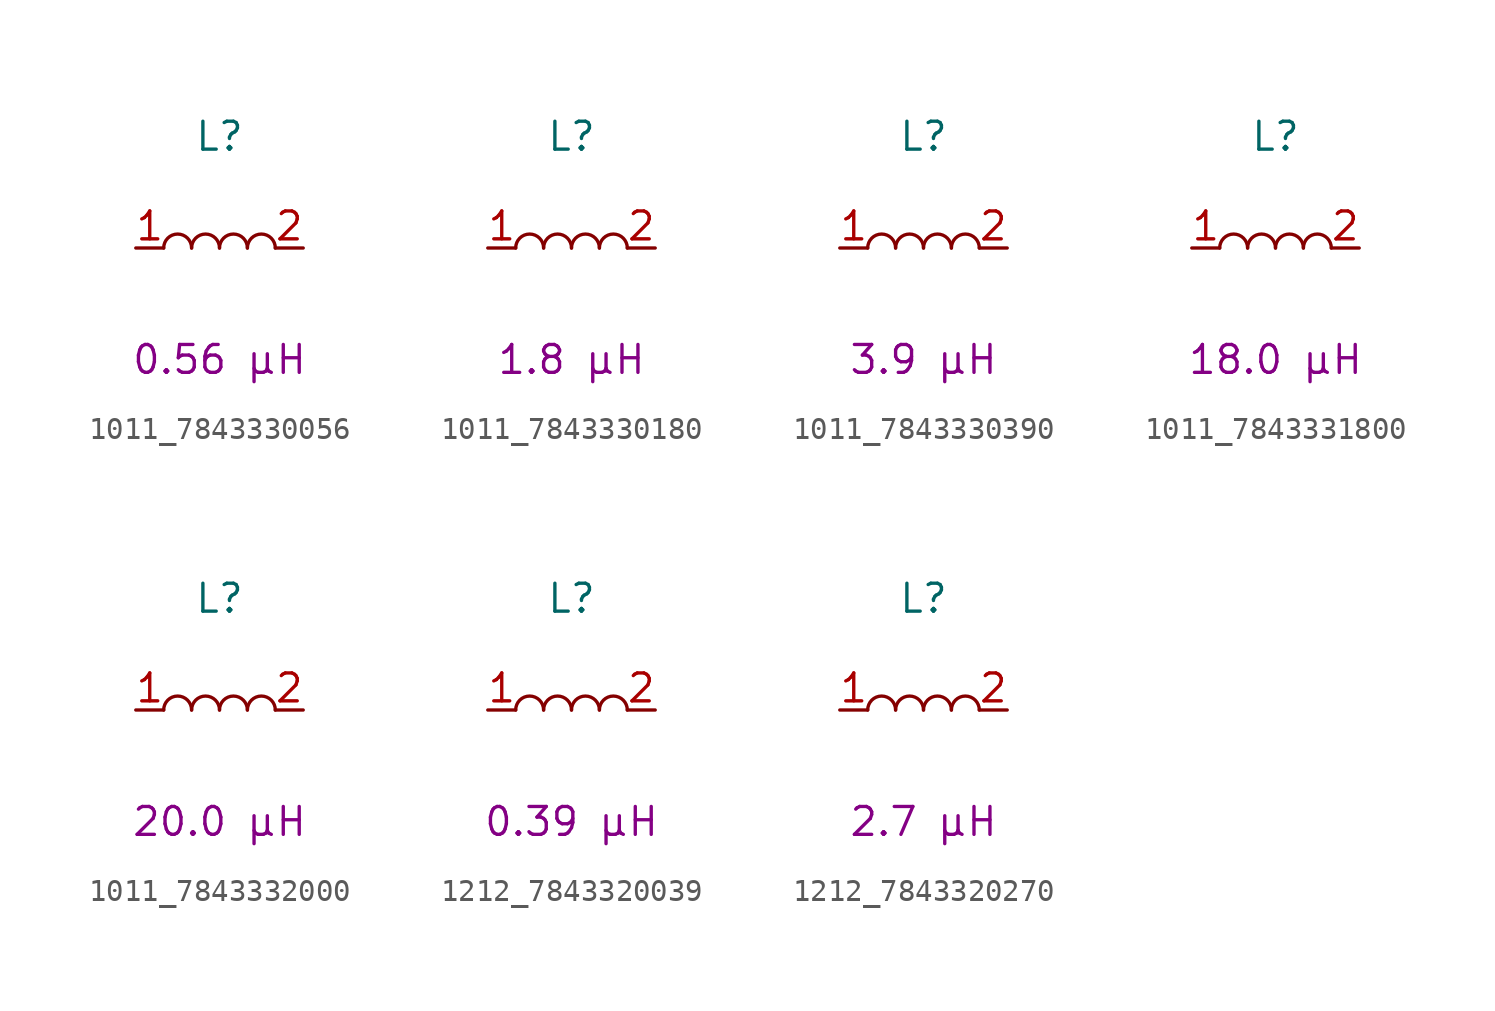
<source format=kicad_sym>
(kicad_symbol_lib
  (version 20220914)
  (generator kicad_symbol_editor)
  (symbol "1011_7843330056"
    (pin_names hide)
    (property "Reference" "L"
      (at 0 5.08 0)
      (effects (font (size 1.27 1.27))))
    (property "Critical Parameter" "0.56 µH"
      (at 0 -5.08 0)
      (effects (font (size 1.27 1.27))))
    (symbol "1011_7843330056_0_1"
      (arc (start -1.27 0) (mid -1.905 0.6323) (end -2.54 0) (stroke (width 0) (type default)) (fill (type none)))
      (arc (start 0 0) (mid -0.635 0.6323) (end -1.27 0) (stroke (width 0) (type default)) (fill (type none)))
      (arc (start 1.27 0) (mid 0.635 0.6323) (end 0 0) (stroke (width 0) (type default)) (fill (type none)))
      (arc (start 2.54 0) (mid 1.905 0.6323) (end 1.27 0) (stroke (width 0) (type default)) (fill (type none))))
    (symbol "1011_7843330056_1_1"
      (pin passive line (at -3.81 0 0) (length 1.27) (name "1" (effects (font (size 1.27 1.27)))) (number "1" (effects (font (size 1.27 1.27)))))
      (pin passive line (at 3.81 0 180) (length 1.27) (name "2" (effects (font (size 1.27 1.27)))) (number "2" (effects (font (size 1.27 1.27)))))))
  (symbol "1011_7843330180"
    (pin_names hide)
    (property "Reference" "L"
      (at 0 5.08 0)
      (effects (font (size 1.27 1.27))))
    (property "Critical Parameter" "1.8 µH"
      (at 0 -5.08 0)
      (effects (font (size 1.27 1.27))))
    (symbol "1011_7843330180_0_1"
      (arc (start -1.27 0) (mid -1.905 0.6323) (end -2.54 0) (stroke (width 0) (type default)) (fill (type none)))
      (arc (start 0 0) (mid -0.635 0.6323) (end -1.27 0) (stroke (width 0) (type default)) (fill (type none)))
      (arc (start 1.27 0) (mid 0.635 0.6323) (end 0 0) (stroke (width 0) (type default)) (fill (type none)))
      (arc (start 2.54 0) (mid 1.905 0.6323) (end 1.27 0) (stroke (width 0) (type default)) (fill (type none))))
    (symbol "1011_7843330180_1_1"
      (pin passive line (at -3.81 0 0) (length 1.27) (name "1" (effects (font (size 1.27 1.27)))) (number "1" (effects (font (size 1.27 1.27)))))
      (pin passive line (at 3.81 0 180) (length 1.27) (name "2" (effects (font (size 1.27 1.27)))) (number "2" (effects (font (size 1.27 1.27)))))))
  (symbol "1011_7843330390"
    (pin_names hide)
    (property "Reference" "L"
      (at 0 5.08 0)
      (effects (font (size 1.27 1.27))))
    (property "Critical Parameter" "3.9 µH"
      (at 0 -5.08 0)
      (effects (font (size 1.27 1.27))))
    (symbol "1011_7843330390_0_1"
      (arc (start -1.27 0) (mid -1.905 0.6323) (end -2.54 0) (stroke (width 0) (type default)) (fill (type none)))
      (arc (start 0 0) (mid -0.635 0.6323) (end -1.27 0) (stroke (width 0) (type default)) (fill (type none)))
      (arc (start 1.27 0) (mid 0.635 0.6323) (end 0 0) (stroke (width 0) (type default)) (fill (type none)))
      (arc (start 2.54 0) (mid 1.905 0.6323) (end 1.27 0) (stroke (width 0) (type default)) (fill (type none))))
    (symbol "1011_7843330390_1_1"
      (pin passive line (at -3.81 0 0) (length 1.27) (name "1" (effects (font (size 1.27 1.27)))) (number "1" (effects (font (size 1.27 1.27)))))
      (pin passive line (at 3.81 0 180) (length 1.27) (name "2" (effects (font (size 1.27 1.27)))) (number "2" (effects (font (size 1.27 1.27)))))))
  (symbol "1011_7843331800"
    (pin_names hide)
    (property "Reference" "L"
      (at 0 5.08 0)
      (effects (font (size 1.27 1.27))))
    (property "Critical Parameter" "18.0 µH"
      (at 0 -5.08 0)
      (effects (font (size 1.27 1.27))))
    (symbol "1011_7843331800_0_1"
      (arc (start -1.27 0) (mid -1.905 0.6323) (end -2.54 0) (stroke (width 0) (type default)) (fill (type none)))
      (arc (start 0 0) (mid -0.635 0.6323) (end -1.27 0) (stroke (width 0) (type default)) (fill (type none)))
      (arc (start 1.27 0) (mid 0.635 0.6323) (end 0 0) (stroke (width 0) (type default)) (fill (type none)))
      (arc (start 2.54 0) (mid 1.905 0.6323) (end 1.27 0) (stroke (width 0) (type default)) (fill (type none))))
    (symbol "1011_7843331800_1_1"
      (pin passive line (at -3.81 0 0) (length 1.27) (name "1" (effects (font (size 1.27 1.27)))) (number "1" (effects (font (size 1.27 1.27)))))
      (pin passive line (at 3.81 0 180) (length 1.27) (name "2" (effects (font (size 1.27 1.27)))) (number "2" (effects (font (size 1.27 1.27)))))))
  (symbol "1011_7843332000"
    (pin_names hide)
    (property "Reference" "L"
      (at 0 5.08 0)
      (effects (font (size 1.27 1.27))))
    (property "Critical Parameter" "20.0 µH"
      (at 0 -5.08 0)
      (effects (font (size 1.27 1.27))))
    (symbol "1011_7843332000_0_1"
      (arc (start -1.27 0) (mid -1.905 0.6323) (end -2.54 0) (stroke (width 0) (type default)) (fill (type none)))
      (arc (start 0 0) (mid -0.635 0.6323) (end -1.27 0) (stroke (width 0) (type default)) (fill (type none)))
      (arc (start 1.27 0) (mid 0.635 0.6323) (end 0 0) (stroke (width 0) (type default)) (fill (type none)))
      (arc (start 2.54 0) (mid 1.905 0.6323) (end 1.27 0) (stroke (width 0) (type default)) (fill (type none))))
    (symbol "1011_7843332000_1_1"
      (pin passive line (at -3.81 0 0) (length 1.27) (name "1" (effects (font (size 1.27 1.27)))) (number "1" (effects (font (size 1.27 1.27)))))
      (pin passive line (at 3.81 0 180) (length 1.27) (name "2" (effects (font (size 1.27 1.27)))) (number "2" (effects (font (size 1.27 1.27)))))))
  (symbol "1212_7843320039"
    (pin_names hide)
    (property "Reference" "L"
      (at 0 5.08 0)
      (effects (font (size 1.27 1.27))))
    (property "Critical Parameter" "0.39 µH"
      (at 0 -5.08 0)
      (effects (font (size 1.27 1.27))))
    (symbol "1212_7843320039_0_1"
      (arc (start -1.27 0) (mid -1.905 0.6323) (end -2.54 0) (stroke (width 0) (type default)) (fill (type none)))
      (arc (start 0 0) (mid -0.635 0.6323) (end -1.27 0) (stroke (width 0) (type default)) (fill (type none)))
      (arc (start 1.27 0) (mid 0.635 0.6323) (end 0 0) (stroke (width 0) (type default)) (fill (type none)))
      (arc (start 2.54 0) (mid 1.905 0.6323) (end 1.27 0) (stroke (width 0) (type default)) (fill (type none))))
    (symbol "1212_7843320039_1_1"
      (pin passive line (at -3.81 0 0) (length 1.27) (name "1" (effects (font (size 1.27 1.27)))) (number "1" (effects (font (size 1.27 1.27)))))
      (pin passive line (at 3.81 0 180) (length 1.27) (name "2" (effects (font (size 1.27 1.27)))) (number "2" (effects (font (size 1.27 1.27)))))))
  (symbol "1212_7843320270"
    (pin_names hide)
    (property "Reference" "L"
      (at 0 5.08 0)
      (effects (font (size 1.27 1.27))))
    (property "Critical Parameter" "2.7 µH"
      (at 0 -5.08 0)
      (effects (font (size 1.27 1.27))))
    (symbol "1212_7843320270_0_1"
      (arc (start -1.27 0) (mid -1.905 0.6323) (end -2.54 0) (stroke (width 0) (type default)) (fill (type none)))
      (arc (start 0 0) (mid -0.635 0.6323) (end -1.27 0) (stroke (width 0) (type default)) (fill (type none)))
      (arc (start 1.27 0) (mid 0.635 0.6323) (end 0 0) (stroke (width 0) (type default)) (fill (type none)))
      (arc (start 2.54 0) (mid 1.905 0.6323) (end 1.27 0) (stroke (width 0) (type default)) (fill (type none))))
    (symbol "1212_7843320270_1_1"
      (pin passive line (at -3.81 0 0) (length 1.27) (name "1" (effects (font (size 1.27 1.27)))) (number "1" (effects (font (size 1.27 1.27)))))
      (pin passive line (at 3.81 0 180) (length 1.27) (name "2" (effects (font (size 1.27 1.27)))) (number "2" (effects (font (size 1.27 1.27))))))))
</source>
